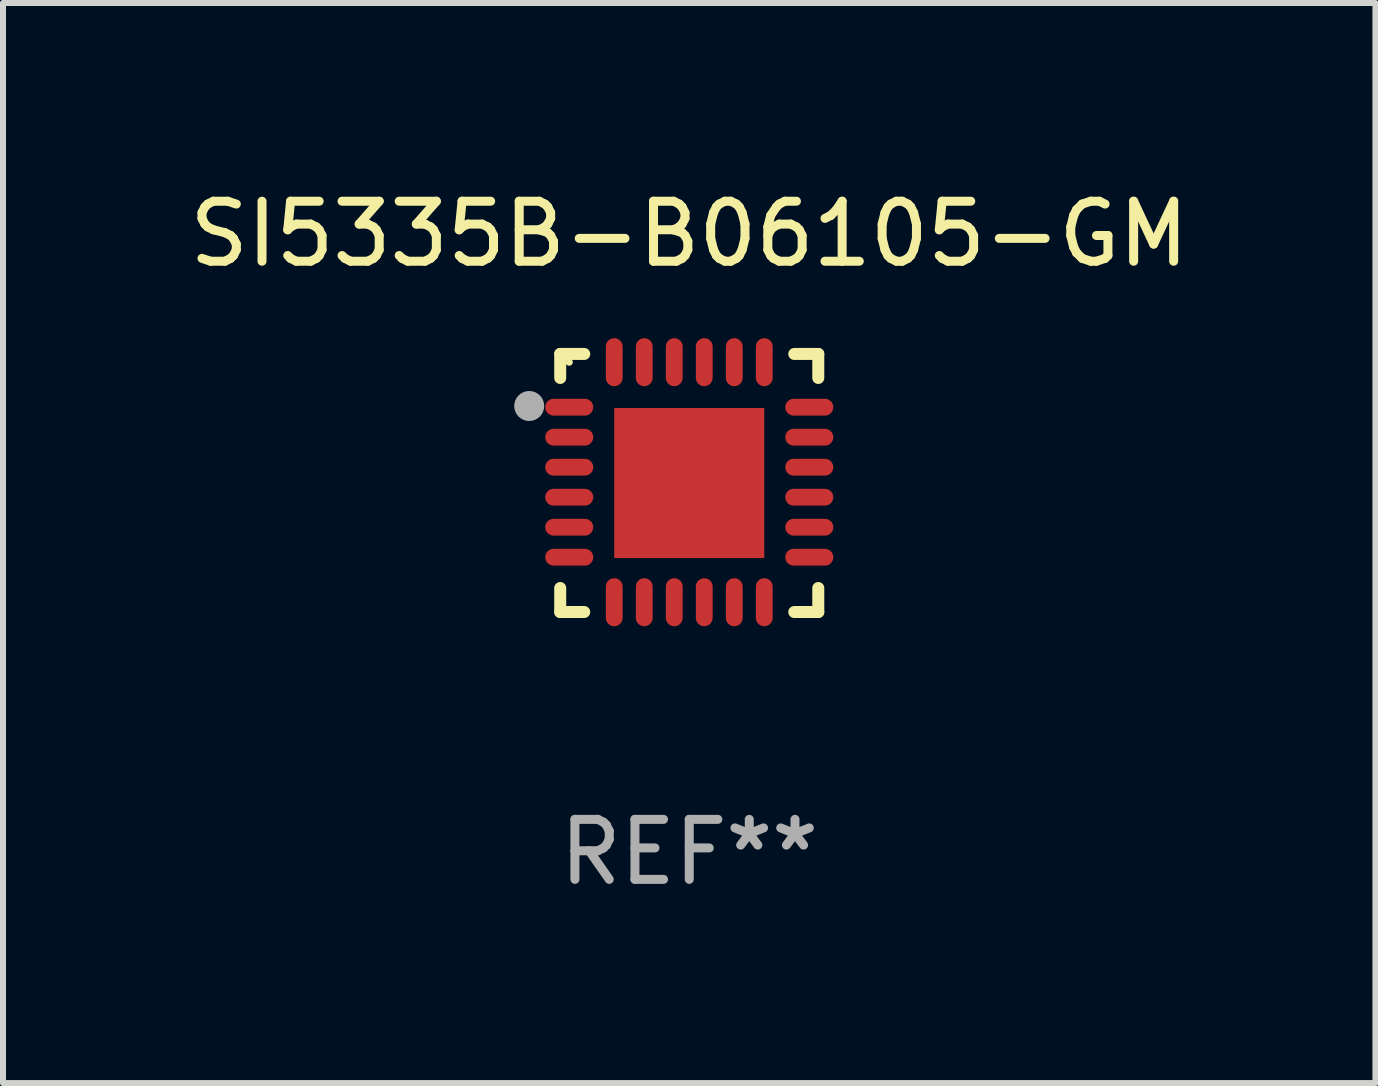
<source format=kicad_pcb>
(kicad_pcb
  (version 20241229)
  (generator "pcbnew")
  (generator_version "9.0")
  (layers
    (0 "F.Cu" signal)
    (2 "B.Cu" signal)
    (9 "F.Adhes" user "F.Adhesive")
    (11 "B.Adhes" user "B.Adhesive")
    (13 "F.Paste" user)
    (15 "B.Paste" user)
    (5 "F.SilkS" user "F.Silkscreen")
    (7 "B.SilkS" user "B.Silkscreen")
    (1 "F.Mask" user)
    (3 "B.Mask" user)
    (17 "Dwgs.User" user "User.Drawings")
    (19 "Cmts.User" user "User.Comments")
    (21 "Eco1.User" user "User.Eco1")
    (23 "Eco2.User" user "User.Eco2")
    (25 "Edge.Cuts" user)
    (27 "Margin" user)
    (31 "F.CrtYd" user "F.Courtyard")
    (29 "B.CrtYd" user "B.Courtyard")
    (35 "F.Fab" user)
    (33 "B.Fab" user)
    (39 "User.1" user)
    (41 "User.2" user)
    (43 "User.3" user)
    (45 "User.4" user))
  (footprint "SI5335B-B06105-GM"
    (layer "F.Cu")
    (at 8.435 4.998)
    (property "Reference" "SI5335B-B06105-GM" (at 0 -4.15 0) (layer "F.SilkS") (effects (font (size 1 1) (thickness 0.15))))
    (attr through_hole)
    (fp_line (start -2.15 -2.15) (end -1.75 -2.15) (stroke (width 0.2) (type solid)) (layer "F.SilkS"))
    (fp_line (start -2.15 -1.75) (end -2.15 -2.15) (stroke (width 0.2) (type solid)) (layer "F.SilkS"))
    (fp_line (start -2.15 2.15) (end -2.15 1.75) (stroke (width 0.2) (type solid)) (layer "F.SilkS"))
    (fp_line (start -1.75 2.15) (end -2.15 2.15) (stroke (width 0.2) (type solid)) (layer "F.SilkS"))
    (fp_line (start 1.75 -2.15) (end 2.15 -2.15) (stroke (width 0.2) (type solid)) (layer "F.SilkS"))
    (fp_line (start 1.75 2.15) (end 2.15 2.15) (stroke (width 0.2) (type solid)) (layer "F.SilkS"))
    (fp_line (start 2.15 -2.15) (end 2.15 -1.75) (stroke (width 0.2) (type solid)) (layer "F.SilkS"))
    (fp_line (start 2.15 2.15) (end 2.15 1.75) (stroke (width 0.2) (type solid)) (layer "F.SilkS"))
    (fp_circle (center -2 -2.013) (end -1.97 -2.013) (stroke (width 0.06) (type solid)) (fill no) (layer "F.SilkS"))
    (fp_circle (center -2.667 -1.283) (end -2.542 -1.283) (stroke (width 0.25) (type solid)) (fill no) (layer "F.Fab"))
    (fp_text user "REF**" (at 0 6.15 0) (layer "F.Fab") (effects (font (size 1 1) (thickness 0.15))))
    (pad "1" smd oval (at -2 -1.263) (size 0.8 0.28) (layers "F.Cu" "F.Mask" "F.Paste"))
    (pad "2" smd oval (at -2 -0.763) (size 0.8 0.28) (layers "F.Cu" "F.Mask" "F.Paste"))
    (pad "3" smd oval (at -2 -0.263) (size 0.8 0.28) (layers "F.Cu" "F.Mask" "F.Paste"))
    (pad "4" smd oval (at -2 0.237) (size 0.8 0.28) (layers "F.Cu" "F.Mask" "F.Paste"))
    (pad "5" smd oval (at -2 0.737) (size 0.8 0.28) (layers "F.Cu" "F.Mask" "F.Paste"))
    (pad "6" smd oval (at -2 1.237) (size 0.8 0.28) (layers "F.Cu" "F.Mask" "F.Paste"))
    (pad "7" smd oval (at -1.25 1.987) (size 0.28 0.8) (layers "F.Cu" "F.Mask" "F.Paste"))
    (pad "8" smd oval (at -0.75 1.987) (size 0.28 0.8) (layers "F.Cu" "F.Mask" "F.Paste"))
    (pad "9" smd oval (at -0.25 1.987) (size 0.28 0.8) (layers "F.Cu" "F.Mask" "F.Paste"))
    (pad "10" smd oval (at 0.25 1.987) (size 0.28 0.8) (layers "F.Cu" "F.Mask" "F.Paste"))
    (pad "11" smd oval (at 0.75 1.987) (size 0.28 0.8) (layers "F.Cu" "F.Mask" "F.Paste"))
    (pad "12" smd oval (at 1.25 1.987) (size 0.28 0.8) (layers "F.Cu" "F.Mask" "F.Paste"))
    (pad "13" smd oval (at 2 1.237) (size 0.8 0.28) (layers "F.Cu" "F.Mask" "F.Paste"))
    (pad "14" smd oval (at 2 0.737) (size 0.8 0.28) (layers "F.Cu" "F.Mask" "F.Paste"))
    (pad "15" smd oval (at 2 0.237) (size 0.8 0.28) (layers "F.Cu" "F.Mask" "F.Paste"))
    (pad "16" smd oval (at 2 -0.263) (size 0.8 0.28) (layers "F.Cu" "F.Mask" "F.Paste"))
    (pad "17" smd oval (at 2 -0.763) (size 0.8 0.28) (layers "F.Cu" "F.Mask" "F.Paste"))
    (pad "18" smd oval (at 2 -1.263) (size 0.8 0.28) (layers "F.Cu" "F.Mask" "F.Paste"))
    (pad "19" smd oval (at 1.25 -2.013) (size 0.28 0.8) (layers "F.Cu" "F.Mask" "F.Paste"))
    (pad "20" smd oval (at 0.75 -2.013) (size 0.28 0.8) (layers "F.Cu" "F.Mask" "F.Paste"))
    (pad "21" smd oval (at 0.25 -2.013) (size 0.28 0.8) (layers "F.Cu" "F.Mask" "F.Paste"))
    (pad "22" smd oval (at -0.25 -2.013) (size 0.28 0.8) (layers "F.Cu" "F.Mask" "F.Paste"))
    (pad "23" smd oval (at -0.75 -2.013) (size 0.28 0.8) (layers "F.Cu" "F.Mask" "F.Paste"))
    (pad "24" smd oval (at -1.25 -2.013) (size 0.28 0.8) (layers "F.Cu" "F.Mask" "F.Paste"))
    (pad "25" smd rect (at -0.000127 -0.00014) (size 2.5 2.5) (layers "F.Cu" "F.Mask" "F.Paste")))
  (gr_rect
    (start -3 -3)
    (end 19.869 14.997)
    (stroke (width 0.1) (type default))
    (fill no)
    (layer "Edge.Cuts")))
</source>
